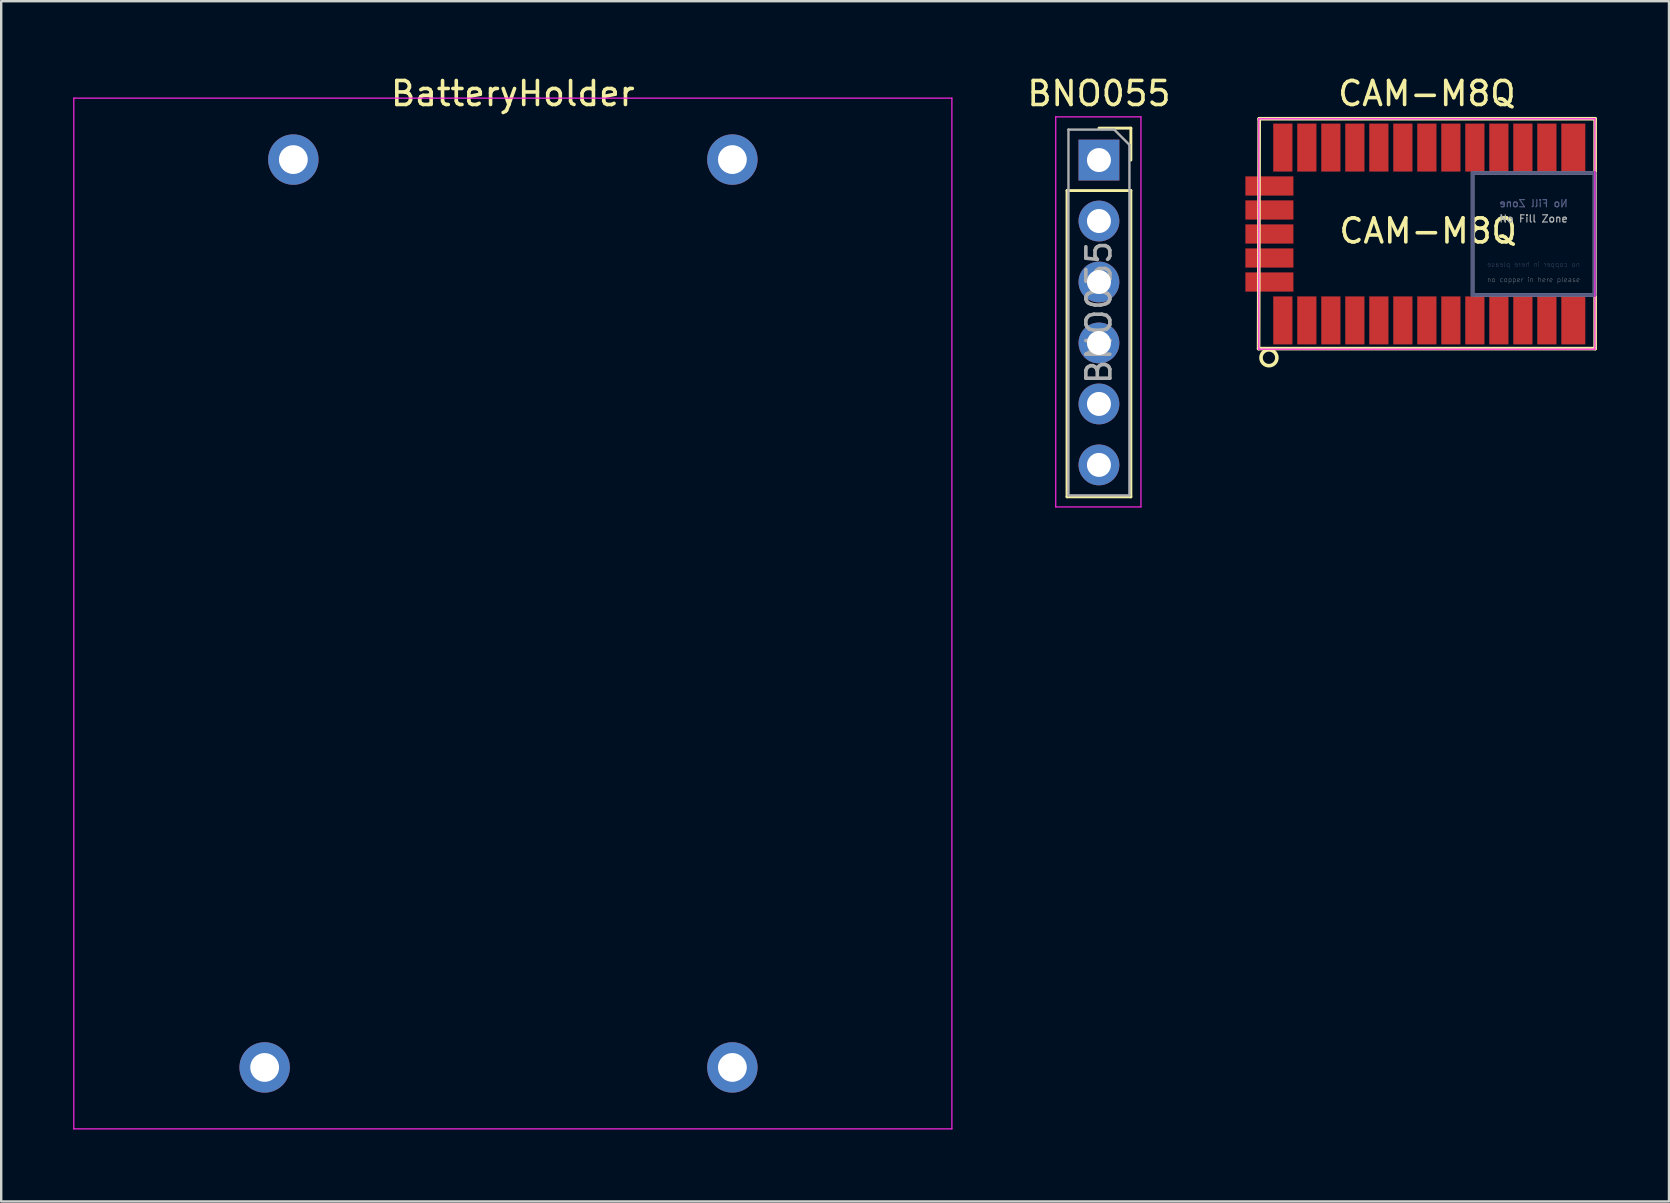
<source format=kicad_pcb>
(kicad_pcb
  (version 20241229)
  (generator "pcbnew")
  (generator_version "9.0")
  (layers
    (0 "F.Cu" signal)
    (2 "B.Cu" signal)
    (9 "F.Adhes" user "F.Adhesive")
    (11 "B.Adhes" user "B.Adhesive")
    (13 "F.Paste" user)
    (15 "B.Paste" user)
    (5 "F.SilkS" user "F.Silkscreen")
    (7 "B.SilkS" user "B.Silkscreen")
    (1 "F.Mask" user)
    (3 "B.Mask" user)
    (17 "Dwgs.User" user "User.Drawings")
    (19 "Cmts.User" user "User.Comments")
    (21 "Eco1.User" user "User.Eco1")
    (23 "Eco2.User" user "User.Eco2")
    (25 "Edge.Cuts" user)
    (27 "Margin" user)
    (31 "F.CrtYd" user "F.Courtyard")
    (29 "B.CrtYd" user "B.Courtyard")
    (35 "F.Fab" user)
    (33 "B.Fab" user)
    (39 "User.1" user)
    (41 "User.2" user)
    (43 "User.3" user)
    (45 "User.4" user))
  (footprint "CAM-M8Q"
    (layer "F.Cu")
    (at 56.392 6.698)
    (property "Reference" "CAM-M8Q" (at 0 -5.85 0) (layer "F.SilkS") (effects (font (size 1 1) (thickness 0.15))))
    (attr smd)
    (fp_line (start -7.01 4.775) (end -6.985 -4.801) (stroke (width 0.15) (type solid)) (layer "F.SilkS"))
    (fp_line (start -6.985 -4.801) (end 7.01 -4.801) (stroke (width 0.15) (type solid)) (layer "F.SilkS"))
    (fp_line (start 7.01 -4.801) (end 7.01 4.775) (stroke (width 0.15) (type solid)) (layer "F.SilkS"))
    (fp_line (start 7.01 4.775) (end -7.01 4.775) (stroke (width 0.15) (type solid)) (layer "F.SilkS"))
    (fp_circle (center -6.579 5.156) (end -6.401 4.877) (stroke (width 0.15) (type solid)) (fill no) (layer "F.SilkS"))
    (fp_line (start -7 -4.8) (end 7 -4.8) (stroke (width 0.05) (type solid)) (layer "F.CrtYd"))
    (fp_line (start -7 4.8) (end -7 -4.8) (stroke (width 0.05) (type solid)) (layer "F.CrtYd"))
    (fp_line (start -7 4.8) (end 7 4.8) (stroke (width 0.05) (type solid)) (layer "F.CrtYd"))
    (fp_line (start 7 -4.8) (end 7 4.8) (stroke (width 0.05) (type solid)) (layer "F.CrtYd"))
    (fp_line (start 1.905 -2.54) (end 6.985 -2.54) (stroke (width 0.15) (type solid)) (layer "B.Fab"))
    (fp_line (start 1.905 2.54) (end 1.905 -2.54) (stroke (width 0.15) (type solid)) (layer "B.Fab"))
    (fp_line (start 6.985 -2.54) (end 6.985 2.54) (stroke (width 0.15) (type solid)) (layer "B.Fab"))
    (fp_line (start 6.985 2.54) (end 1.905 2.54) (stroke (width 0.15) (type solid)) (layer "B.Fab"))
    (fp_line (start 1.905 -2.54) (end 6.985 -2.54) (stroke (width 0.15) (type solid)) (layer "F.Fab"))
    (fp_line (start 1.905 2.54) (end 1.905 -2.54) (stroke (width 0.15) (type solid)) (layer "F.Fab"))
    (fp_line (start 6.985 -2.54) (end 6.985 2.54) (stroke (width 0.15) (type solid)) (layer "F.Fab"))
    (fp_line (start 6.985 2.54) (end 1.905 2.54) (stroke (width 0.15) (type solid)) (layer "F.Fab"))
    (fp_text user "CAM-M8Q" (at 0.051 -0.127 0) (layer "F.SilkS") (effects (font (size 1 1) (thickness 0.15))))
    (fp_text user "No Fill Zone" (at 4.445 -1.27 0) (layer "B.Fab") (effects (font (size 0.3 0.3) (thickness 0.05)) (justify mirror)))
    (fp_text user "no copper in here please" (at 4.445 1.27 0) (layer "B.Fab") (effects (font (size 0.2 0.2) (thickness 0.01)) (justify mirror)))
    (fp_text user "no copper in here please" (at 4.445 1.905 0) (layer "F.Fab") (effects (font (size 0.2 0.2) (thickness 0.01))))
    (fp_text user "No Fill Zone" (at 4.445 -0.635 0) (layer "F.Fab") (effects (font (size 0.3 0.3) (thickness 0.05))))
    (pad "1" smd rect (at -6 3.6) (size 0.8 2) (layers "F.Cu" "F.Mask" "F.Paste"))
    (pad "2" smd rect (at -5 3.6) (size 0.8 2) (layers "F.Cu" "F.Mask" "F.Paste"))
    (pad "3" smd rect (at -4 3.6) (size 0.8 2) (layers "F.Cu" "F.Mask" "F.Paste"))
    (pad "4" smd rect (at -3 3.6) (size 0.8 2) (layers "F.Cu" "F.Mask" "F.Paste"))
    (pad "5" smd rect (at -2 3.6) (size 0.8 2) (layers "F.Cu" "F.Mask" "F.Paste"))
    (pad "6" smd rect (at -1 3.6) (size 0.8 2) (layers "F.Cu" "F.Mask" "F.Paste"))
    (pad "7" smd rect (at 0 3.6) (size 0.8 2) (layers "F.Cu" "F.Mask" "F.Paste"))
    (pad "8" smd rect (at 1 3.6) (size 0.8 2) (layers "F.Cu" "F.Mask" "F.Paste"))
    (pad "9" smd rect (at 2 3.6) (size 0.8 2) (layers "F.Cu" "F.Mask" "F.Paste"))
    (pad "10" smd rect (at 3 3.6) (size 0.8 2) (layers "F.Cu" "F.Mask" "F.Paste"))
    (pad "11" smd rect (at 4 3.6) (size 0.8 2) (layers "F.Cu" "F.Mask" "F.Paste"))
    (pad "12" smd rect (at 5 3.6) (size 0.8 2) (layers "F.Cu" "F.Mask" "F.Paste"))
    (pad "13" smd rect (at 6.1 3.6) (size 1 2) (layers "F.Cu" "F.Mask" "F.Paste"))
    (pad "14" smd rect (at 6.1 -3.6) (size 1 2) (layers "F.Cu" "F.Mask" "F.Paste"))
    (pad "15" smd rect (at 5 -3.6) (size 0.8 2) (layers "F.Cu" "F.Mask" "F.Paste"))
    (pad "16" smd rect (at 4 -3.6) (size 0.8 2) (layers "F.Cu" "F.Mask" "F.Paste"))
    (pad "17" smd rect (at 3 -3.6) (size 0.8 2) (layers "F.Cu" "F.Mask" "F.Paste"))
    (pad "18" smd rect (at 2 -3.6) (size 0.8 2) (layers "F.Cu" "F.Mask" "F.Paste"))
    (pad "19" smd rect (at 1 -3.6) (size 0.8 2) (layers "F.Cu" "F.Mask" "F.Paste"))
    (pad "20" smd rect (at 0 -3.6) (size 0.8 2) (layers "F.Cu" "F.Mask" "F.Paste"))
    (pad "21" smd rect (at -1 -3.6) (size 0.8 2) (layers "F.Cu" "F.Mask" "F.Paste"))
    (pad "22" smd rect (at -2 -3.6) (size 0.8 2) (layers "F.Cu" "F.Mask" "F.Paste"))
    (pad "23" smd rect (at -3 -3.6) (size 0.8 2) (layers "F.Cu" "F.Mask" "F.Paste"))
    (pad "24" smd rect (at -4 -3.6) (size 0.8 2) (layers "F.Cu" "F.Mask" "F.Paste"))
    (pad "25" smd rect (at -5 -3.6) (size 0.8 2) (layers "F.Cu" "F.Mask" "F.Paste"))
    (pad "26" smd rect (at -6 -3.6) (size 0.8 2) (layers "F.Cu" "F.Mask" "F.Paste"))
    (pad "27" smd rect (at -6.56 -2 90) (size 0.8 2) (layers "F.Cu" "F.Mask" "F.Paste"))
    (pad "28" smd rect (at -6.56 -1 90) (size 0.8 2) (layers "F.Cu" "F.Mask" "F.Paste"))
    (pad "29" smd rect (at -6.56 0 90) (size 0.8 2) (layers "F.Cu" "F.Mask" "F.Paste"))
    (pad "30" smd rect (at -6.56 1 90) (size 0.8 2) (layers "F.Cu" "F.Mask" "F.Paste"))
    (pad "31" smd rect (at -6.56 2 90) (size 0.8 2) (layers "F.Cu" "F.Mask" "F.Paste")))
  (footprint "BNO055"
    (layer "F.Cu")
    (at 42.731 3.618)
    (property "Reference" "BNO055" (at 0 -2.77 0) (layer "F.SilkS") (effects (font (size 1 1) (thickness 0.15))))
    (attr through_hole)
    (fp_line (start -1.33 1.27) (end -1.33 14.03) (stroke (width 0.12) (type solid)) (layer "F.SilkS"))
    (fp_line (start -1.33 1.27) (end 1.33 1.27) (stroke (width 0.12) (type solid)) (layer "F.SilkS"))
    (fp_line (start -1.33 14.03) (end 1.33 14.03) (stroke (width 0.12) (type solid)) (layer "F.SilkS"))
    (fp_line (start 0 -1.33) (end 1.33 -1.33) (stroke (width 0.12) (type solid)) (layer "F.SilkS"))
    (fp_line (start 1.33 -1.33) (end 1.33 0) (stroke (width 0.12) (type solid)) (layer "F.SilkS"))
    (fp_line (start 1.33 1.27) (end 1.33 14.03) (stroke (width 0.12) (type solid)) (layer "F.SilkS"))
    (fp_line (start -1.8 -1.8) (end 1.75 -1.8) (stroke (width 0.05) (type solid)) (layer "F.CrtYd"))
    (fp_line (start -1.8 14.45) (end -1.8 -1.8) (stroke (width 0.05) (type solid)) (layer "F.CrtYd"))
    (fp_line (start 1.75 -1.8) (end 1.75 14.45) (stroke (width 0.05) (type solid)) (layer "F.CrtYd"))
    (fp_line (start 1.75 14.45) (end -1.8 14.45) (stroke (width 0.05) (type solid)) (layer "F.CrtYd"))
    (fp_line (start -1.27 -1.27) (end 0.635 -1.27) (stroke (width 0.1) (type solid)) (layer "F.Fab"))
    (fp_line (start -1.27 13.97) (end -1.27 -1.27) (stroke (width 0.1) (type solid)) (layer "F.Fab"))
    (fp_line (start 0.635 -1.27) (end 1.27 -0.635) (stroke (width 0.1) (type solid)) (layer "F.Fab"))
    (fp_line (start 1.27 -0.635) (end 1.27 13.97) (stroke (width 0.1) (type solid)) (layer "F.Fab"))
    (fp_line (start 1.27 13.97) (end -1.27 13.97) (stroke (width 0.1) (type solid)) (layer "F.Fab"))
    (fp_text user "${REFERENCE}" (at 0 6.35 90) (layer "F.Fab") (effects (font (size 1 1) (thickness 0.15))))
    (pad "1" thru_hole rect (at 0 0) (size 1.7 1.7) (drill 1) (layers "*.Cu" "*.Mask"))
    (pad "2" thru_hole oval (at 0 2.54) (size 1.7 1.7) (drill 1) (layers "*.Cu" "*.Mask"))
    (pad "3" thru_hole oval (at 0 5.08) (size 1.7 1.7) (drill 1) (layers "*.Cu" "*.Mask"))
    (pad "4" thru_hole oval (at 0 7.62) (size 1.7 1.7) (drill 1) (layers "*.Cu" "*.Mask"))
    (pad "5" thru_hole oval (at 0 10.16) (size 1.7 1.7) (drill 1) (layers "*.Cu" "*.Mask"))
    (pad "6" thru_hole oval (at 0 12.7) (size 1.7 1.7) (drill 1) (layers "*.Cu" "*.Mask")))
  (footprint "BatteryHolder"
    (layer "F.Cu")
    (at 18.315 22.508)
    (property "Reference" "BatteryHolder" (at 0 -21.66 0) (layer "F.SilkS") (effects (font (size 1 1) (thickness 0.15))))
    (attr smd)
    (fp_line (start -18.29 -21.47) (end -18.29 21.47) (stroke (width 0.05) (type solid)) (layer "F.CrtYd"))
    (fp_line (start -18.29 -21.47) (end 18.29 -21.47) (stroke (width 0.05) (type solid)) (layer "F.CrtYd"))
    (fp_line (start 18.29 -21.47) (end 18.29 21.47) (stroke (width 0.05) (type solid)) (layer "F.CrtYd"))
    (fp_line (start 18.29 21.47) (end -18.29 21.47) (stroke (width 0.05) (type solid)) (layer "F.CrtYd"))
    (pad "1" thru_hole circle (at -9.145 -18.91) (size 2.1 2.1) (drill 1.2) (layers "*.Cu" "*.Mask"))
    (pad "2" thru_hole circle (at -10.34 18.91) (size 2.1 2.1) (drill 1.2) (layers "*.Cu" "*.Mask"))
    (pad "3" thru_hole circle (at 9.145 18.91) (size 2.1 2.1) (drill 1.2) (layers "*.Cu" "*.Mask"))
    (pad "4" thru_hole circle (at 9.145 -18.91) (size 2.1 2.1) (drill 1.2) (layers "*.Cu" "*.Mask")))
  (gr_rect
    (start -3 -3)
    (end 66.478 47.003)
    (stroke (width 0.1) (type default))
    (fill no)
    (layer "Edge.Cuts")))
</source>
